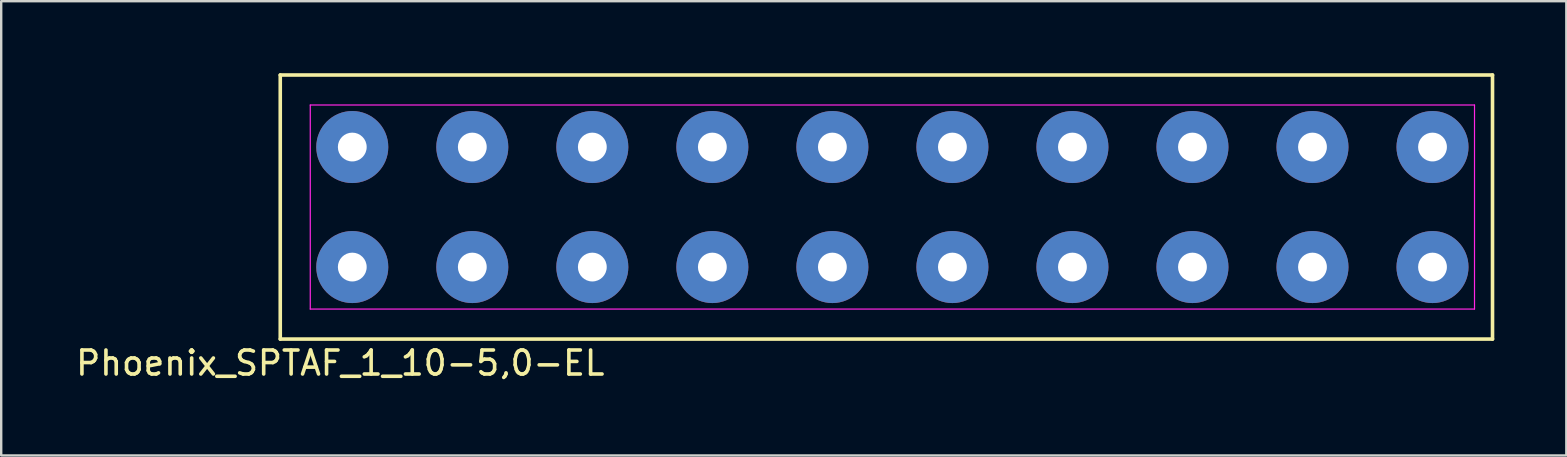
<source format=kicad_pcb>
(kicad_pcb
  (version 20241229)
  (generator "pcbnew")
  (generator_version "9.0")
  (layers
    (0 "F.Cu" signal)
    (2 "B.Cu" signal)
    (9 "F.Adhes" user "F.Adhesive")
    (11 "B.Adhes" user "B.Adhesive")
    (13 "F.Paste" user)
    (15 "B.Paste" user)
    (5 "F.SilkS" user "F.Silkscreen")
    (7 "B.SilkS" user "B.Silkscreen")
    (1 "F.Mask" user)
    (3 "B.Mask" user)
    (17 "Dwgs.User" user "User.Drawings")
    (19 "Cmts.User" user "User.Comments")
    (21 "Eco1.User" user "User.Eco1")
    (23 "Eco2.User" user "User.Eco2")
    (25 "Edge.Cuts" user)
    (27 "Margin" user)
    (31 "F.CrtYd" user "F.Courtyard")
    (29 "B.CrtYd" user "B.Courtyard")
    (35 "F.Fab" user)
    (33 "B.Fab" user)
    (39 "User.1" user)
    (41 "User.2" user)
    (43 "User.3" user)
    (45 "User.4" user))
  (footprint "Phoenix_SPTAF_1_10-5,0-EL"
    (layer "F.Cu")
    (at 34.125 5.575)
    (property "Reference" "Phoenix_SPTAF_1_10-5,0-EL" (at -23 6.5 180) (layer "F.SilkS") (effects (font (size 1 1) (thickness 0.15))))
    (attr through_hole)
    (fp_line (start -25.5 -5.5) (end 25 -5.5) (stroke (width 0.15) (type solid)) (layer "F.SilkS"))
    (fp_line (start -25.5 5.5) (end -25.5 -5.5) (stroke (width 0.15) (type solid)) (layer "F.SilkS"))
    (fp_line (start 25 -5.5) (end 25 5.5) (stroke (width 0.15) (type solid)) (layer "F.SilkS"))
    (fp_line (start 25 5.5) (end -25.5 5.5) (stroke (width 0.15) (type solid)) (layer "F.SilkS"))
    (fp_line (start -24.25 -4.25) (end 24.25 -4.25) (stroke (width 0.05) (type solid)) (layer "F.CrtYd"))
    (fp_line (start -24.25 4.25) (end -24.25 -4.25) (stroke (width 0.05) (type solid)) (layer "F.CrtYd"))
    (fp_line (start 24.25 -4.25) (end 24.25 4.25) (stroke (width 0.05) (type solid)) (layer "F.CrtYd"))
    (fp_line (start 24.25 4.25) (end -24.25 4.25) (stroke (width 0.05) (type solid)) (layer "F.CrtYd"))
    (pad "1" thru_hole circle (at -22.5 -2.5) (size 3 3) (drill 1.2) (layers "*.Cu" "*.Mask"))
    (pad "1" thru_hole circle (at -22.5 2.5) (size 3 3) (drill 1.2) (layers "*.Cu" "*.Mask"))
    (pad "2" thru_hole circle (at -17.5 -2.5) (size 3 3) (drill 1.2) (layers "*.Cu" "*.Mask"))
    (pad "2" thru_hole circle (at -17.5 2.5) (size 3 3) (drill 1.2) (layers "*.Cu" "*.Mask"))
    (pad "3" thru_hole circle (at -12.5 -2.5) (size 3 3) (drill 1.2) (layers "*.Cu" "*.Mask"))
    (pad "3" thru_hole circle (at -12.5 2.5) (size 3 3) (drill 1.2) (layers "*.Cu" "*.Mask"))
    (pad "4" thru_hole circle (at -7.5 -2.5) (size 3 3) (drill 1.2) (layers "*.Cu" "*.Mask"))
    (pad "4" thru_hole circle (at -7.5 2.5) (size 3 3) (drill 1.2) (layers "*.Cu" "*.Mask"))
    (pad "5" thru_hole circle (at -2.5 -2.5) (size 3 3) (drill 1.2) (layers "*.Cu" "*.Mask"))
    (pad "5" thru_hole circle (at -2.5 2.5) (size 3 3) (drill 1.2) (layers "*.Cu" "*.Mask"))
    (pad "6" thru_hole circle (at 2.5 -2.5) (size 3 3) (drill 1.2) (layers "*.Cu" "*.Mask"))
    (pad "6" thru_hole circle (at 2.5 2.5) (size 3 3) (drill 1.2) (layers "*.Cu" "*.Mask"))
    (pad "7" thru_hole circle (at 7.5 -2.5) (size 3 3) (drill 1.2) (layers "*.Cu" "*.Mask"))
    (pad "7" thru_hole circle (at 7.5 2.5) (size 3 3) (drill 1.2) (layers "*.Cu" "*.Mask"))
    (pad "8" thru_hole circle (at 12.5 -2.5) (size 3 3) (drill 1.2) (layers "*.Cu" "*.Mask"))
    (pad "8" thru_hole circle (at 12.5 2.5) (size 3 3) (drill 1.2) (layers "*.Cu" "*.Mask"))
    (pad "9" thru_hole circle (at 17.5 -2.5) (size 3 3) (drill 1.2) (layers "*.Cu" "*.Mask"))
    (pad "9" thru_hole circle (at 17.5 2.5) (size 3 3) (drill 1.2) (layers "*.Cu" "*.Mask"))
    (pad "10" thru_hole circle (at 22.5 -2.5) (size 3 3) (drill 1.2) (layers "*.Cu" "*.Mask"))
    (pad "10" thru_hole circle (at 22.5 2.5) (size 3 3) (drill 1.2) (layers "*.Cu" "*.Mask")))
  (gr_rect
    (start -3 -3)
    (end 62.2 15.923)
    (stroke (width 0.1) (type default))
    (fill no)
    (layer "Edge.Cuts")))
</source>
